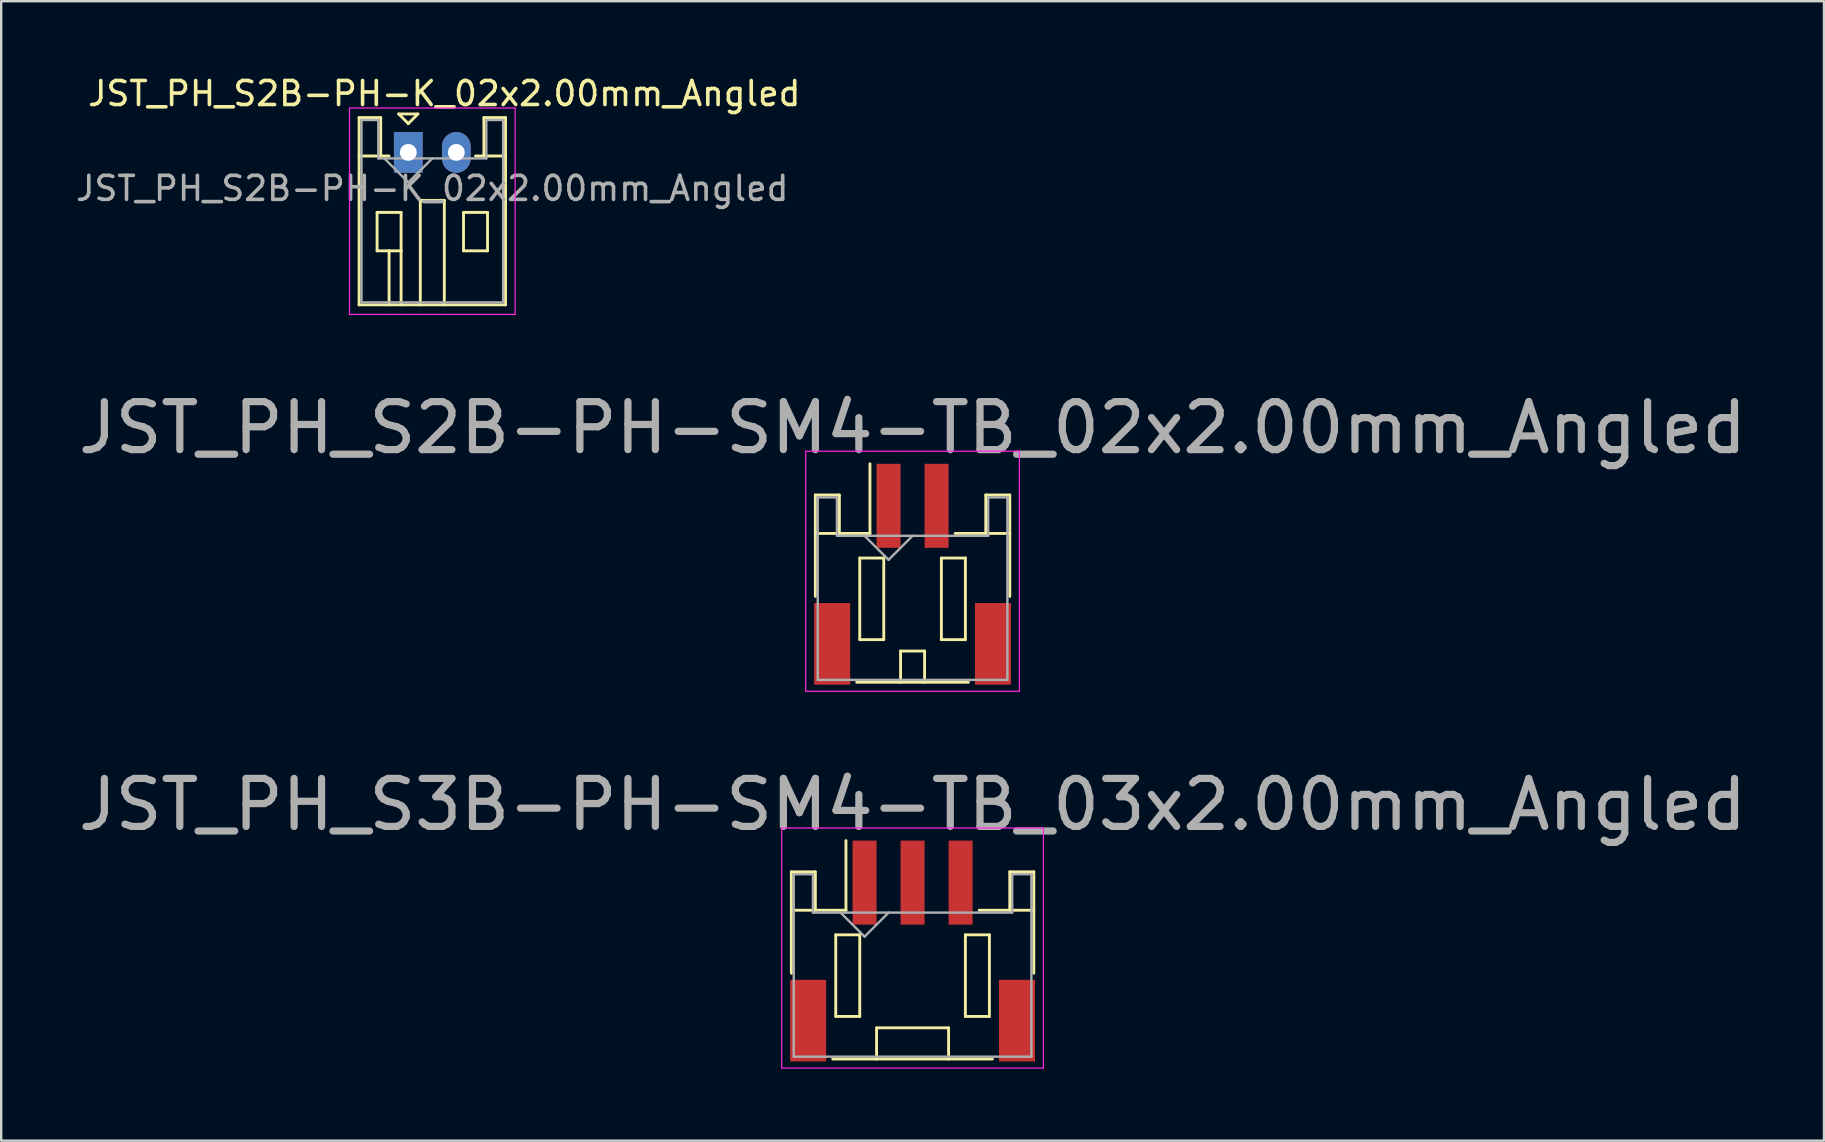
<source format=kicad_pcb>
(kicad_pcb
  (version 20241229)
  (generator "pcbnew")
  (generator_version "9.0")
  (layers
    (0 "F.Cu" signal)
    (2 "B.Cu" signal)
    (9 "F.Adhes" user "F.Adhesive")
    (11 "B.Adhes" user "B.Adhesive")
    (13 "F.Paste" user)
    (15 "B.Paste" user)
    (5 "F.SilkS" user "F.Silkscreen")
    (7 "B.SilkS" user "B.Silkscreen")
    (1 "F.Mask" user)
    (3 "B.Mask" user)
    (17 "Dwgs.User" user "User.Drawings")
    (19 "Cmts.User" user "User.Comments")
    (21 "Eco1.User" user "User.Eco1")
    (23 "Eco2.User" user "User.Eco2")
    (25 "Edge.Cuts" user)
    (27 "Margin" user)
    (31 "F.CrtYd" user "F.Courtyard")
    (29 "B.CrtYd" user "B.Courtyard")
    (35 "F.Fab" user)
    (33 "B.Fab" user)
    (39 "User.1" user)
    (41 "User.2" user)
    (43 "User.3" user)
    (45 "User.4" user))
  (footprint "JST_PH_S2B-PH-SM4-TB_02x2.00mm_Angled"
    (layer "F.Cu")
    (at 34.964 20.895)
    (property "Reference" "JST_PH_S2B-PH-SM4-TB_02x2.00mm_Angled" (at 0 -6.125 0) (layer "F.Fab") (effects (font (size 2 2) (thickness 0.3))))
    (attr smd)
    (fp_line (start -4.05 -3.325) (end -4.05 0.9) (stroke (width 0.12) (type solid)) (layer "F.SilkS"))
    (fp_line (start -4.05 -1.725) (end -3.05 -1.725) (stroke (width 0.12) (type solid)) (layer "F.SilkS"))
    (fp_line (start -3.05 -3.325) (end -4.05 -3.325) (stroke (width 0.12) (type solid)) (layer "F.SilkS"))
    (fp_line (start -3.05 -1.725) (end -3.05 -3.325) (stroke (width 0.12) (type solid)) (layer "F.SilkS"))
    (fp_line (start -2.325 4.475) (end 2.325 4.475) (stroke (width 0.12) (type solid)) (layer "F.SilkS"))
    (fp_line (start -2.2 -0.7) (end -2.2 2.7) (stroke (width 0.12) (type solid)) (layer "F.SilkS"))
    (fp_line (start -2.2 2.7) (end -1.2 2.7) (stroke (width 0.12) (type solid)) (layer "F.SilkS"))
    (fp_line (start -1.775 -1.725) (end -3.05 -1.725) (stroke (width 0.12) (type solid)) (layer "F.SilkS"))
    (fp_line (start -1.775 -1.725) (end -1.775 -4.625) (stroke (width 0.12) (type solid)) (layer "F.SilkS"))
    (fp_line (start -1.2 -0.7) (end -2.2 -0.7) (stroke (width 0.12) (type solid)) (layer "F.SilkS"))
    (fp_line (start -1.2 2.7) (end -1.2 -0.7) (stroke (width 0.12) (type solid)) (layer "F.SilkS"))
    (fp_line (start -0.5 3.175) (end 0.5 3.175) (stroke (width 0.12) (type solid)) (layer "F.SilkS"))
    (fp_line (start -0.5 4.475) (end -0.5 3.175) (stroke (width 0.12) (type solid)) (layer "F.SilkS"))
    (fp_line (start 0.5 3.175) (end 0.5 4.475) (stroke (width 0.12) (type solid)) (layer "F.SilkS"))
    (fp_line (start 1.2 -0.7) (end 2.2 -0.7) (stroke (width 0.12) (type solid)) (layer "F.SilkS"))
    (fp_line (start 1.2 2.7) (end 1.2 -0.7) (stroke (width 0.12) (type solid)) (layer "F.SilkS"))
    (fp_line (start 2.2 -0.7) (end 2.2 2.7) (stroke (width 0.12) (type solid)) (layer "F.SilkS"))
    (fp_line (start 2.2 2.7) (end 1.2 2.7) (stroke (width 0.12) (type solid)) (layer "F.SilkS"))
    (fp_line (start 3.05 -3.325) (end 3.05 -1.725) (stroke (width 0.12) (type solid)) (layer "F.SilkS"))
    (fp_line (start 3.05 -1.725) (end 1.775 -1.725) (stroke (width 0.12) (type solid)) (layer "F.SilkS"))
    (fp_line (start 4.05 -3.325) (end 3.05 -3.325) (stroke (width 0.12) (type solid)) (layer "F.SilkS"))
    (fp_line (start 4.05 -1.725) (end 3.05 -1.725) (stroke (width 0.12) (type solid)) (layer "F.SilkS"))
    (fp_line (start 4.05 0.9) (end 4.05 -3.325) (stroke (width 0.12) (type solid)) (layer "F.SilkS"))
    (fp_line (start -4.45 -5.15) (end -4.45 4.85) (stroke (width 0.05) (type solid)) (layer "F.CrtYd"))
    (fp_line (start -4.45 4.85) (end 4.45 4.85) (stroke (width 0.05) (type solid)) (layer "F.CrtYd"))
    (fp_line (start 4.45 -5.15) (end -4.45 -5.15) (stroke (width 0.05) (type solid)) (layer "F.CrtYd"))
    (fp_line (start 4.45 4.85) (end 4.45 -5.15) (stroke (width 0.05) (type solid)) (layer "F.CrtYd"))
    (fp_line (start -3.95 -3.225) (end -3.95 4.375) (stroke (width 0.1) (type solid)) (layer "F.Fab"))
    (fp_line (start -3.95 4.375) (end 3.95 4.375) (stroke (width 0.1) (type solid)) (layer "F.Fab"))
    (fp_line (start -3.15 -3.225) (end -3.95 -3.225) (stroke (width 0.1) (type solid)) (layer "F.Fab"))
    (fp_line (start -3.15 -1.625) (end -3.15 -3.225) (stroke (width 0.1) (type solid)) (layer "F.Fab"))
    (fp_line (start -2 -1.625) (end -1 -0.625) (stroke (width 0.1) (type solid)) (layer "F.Fab"))
    (fp_line (start -1 -0.625) (end 0 -1.625) (stroke (width 0.1) (type solid)) (layer "F.Fab"))
    (fp_line (start 3.15 -3.225) (end 3.15 -1.625) (stroke (width 0.1) (type solid)) (layer "F.Fab"))
    (fp_line (start 3.15 -1.625) (end -3.15 -1.625) (stroke (width 0.1) (type solid)) (layer "F.Fab"))
    (fp_line (start 3.95 -3.225) (end 3.15 -3.225) (stroke (width 0.1) (type solid)) (layer "F.Fab"))
    (fp_line (start 3.95 4.375) (end 3.95 -3.225) (stroke (width 0.1) (type solid)) (layer "F.Fab"))
    (pad "" smd rect (at -3.35 2.875) (size 1.5 3.4) (layers "F.Cu" "F.Mask" "F.Paste"))
    (pad "" smd rect (at 3.35 2.875) (size 1.5 3.4) (layers "F.Cu" "F.Mask" "F.Paste"))
    (pad "1" smd rect (at -1 -2.875) (size 1 3.5) (layers "F.Cu" "F.Mask" "F.Paste"))
    (pad "2" smd rect (at 1 -2.875) (size 1 3.5) (layers "F.Cu" "F.Mask" "F.Paste")))
  (footprint "JST_PH_S3B-PH-SM4-TB_03x2.00mm_Angled"
    (layer "F.Cu")
    (at 34.964 36.591)
    (property "Reference" "JST_PH_S3B-PH-SM4-TB_03x2.00mm_Angled" (at 0 -6.125 0) (layer "F.Fab") (effects (font (size 2 2) (thickness 0.3))))
    (attr smd)
    (fp_line (start -5.05 -3.325) (end -5.05 0.9) (stroke (width 0.12) (type solid)) (layer "F.SilkS"))
    (fp_line (start -5.05 -1.725) (end -4.05 -1.725) (stroke (width 0.12) (type solid)) (layer "F.SilkS"))
    (fp_line (start -4.05 -3.325) (end -5.05 -3.325) (stroke (width 0.12) (type solid)) (layer "F.SilkS"))
    (fp_line (start -4.05 -1.725) (end -4.05 -3.325) (stroke (width 0.12) (type solid)) (layer "F.SilkS"))
    (fp_line (start -3.325 4.475) (end 3.325 4.475) (stroke (width 0.12) (type solid)) (layer "F.SilkS"))
    (fp_line (start -3.2 -0.7) (end -3.2 2.7) (stroke (width 0.12) (type solid)) (layer "F.SilkS"))
    (fp_line (start -3.2 2.7) (end -2.2 2.7) (stroke (width 0.12) (type solid)) (layer "F.SilkS"))
    (fp_line (start -2.775 -1.725) (end -4.05 -1.725) (stroke (width 0.12) (type solid)) (layer "F.SilkS"))
    (fp_line (start -2.775 -1.725) (end -2.775 -4.625) (stroke (width 0.12) (type solid)) (layer "F.SilkS"))
    (fp_line (start -2.2 -0.7) (end -3.2 -0.7) (stroke (width 0.12) (type solid)) (layer "F.SilkS"))
    (fp_line (start -2.2 2.7) (end -2.2 -0.7) (stroke (width 0.12) (type solid)) (layer "F.SilkS"))
    (fp_line (start -1.5 3.175) (end 1.5 3.175) (stroke (width 0.12) (type solid)) (layer "F.SilkS"))
    (fp_line (start -1.5 4.475) (end -1.5 3.175) (stroke (width 0.12) (type solid)) (layer "F.SilkS"))
    (fp_line (start 1.5 3.175) (end 1.5 4.475) (stroke (width 0.12) (type solid)) (layer "F.SilkS"))
    (fp_line (start 2.2 -0.7) (end 3.2 -0.7) (stroke (width 0.12) (type solid)) (layer "F.SilkS"))
    (fp_line (start 2.2 2.7) (end 2.2 -0.7) (stroke (width 0.12) (type solid)) (layer "F.SilkS"))
    (fp_line (start 3.2 -0.7) (end 3.2 2.7) (stroke (width 0.12) (type solid)) (layer "F.SilkS"))
    (fp_line (start 3.2 2.7) (end 2.2 2.7) (stroke (width 0.12) (type solid)) (layer "F.SilkS"))
    (fp_line (start 4.05 -3.325) (end 4.05 -1.725) (stroke (width 0.12) (type solid)) (layer "F.SilkS"))
    (fp_line (start 4.05 -1.725) (end 2.775 -1.725) (stroke (width 0.12) (type solid)) (layer "F.SilkS"))
    (fp_line (start 5.05 -3.325) (end 4.05 -3.325) (stroke (width 0.12) (type solid)) (layer "F.SilkS"))
    (fp_line (start 5.05 -1.725) (end 4.05 -1.725) (stroke (width 0.12) (type solid)) (layer "F.SilkS"))
    (fp_line (start 5.05 0.9) (end 5.05 -3.325) (stroke (width 0.12) (type solid)) (layer "F.SilkS"))
    (fp_line (start -5.45 -5.15) (end -5.45 4.85) (stroke (width 0.05) (type solid)) (layer "F.CrtYd"))
    (fp_line (start -5.45 4.85) (end 5.45 4.85) (stroke (width 0.05) (type solid)) (layer "F.CrtYd"))
    (fp_line (start 5.45 -5.15) (end -5.45 -5.15) (stroke (width 0.05) (type solid)) (layer "F.CrtYd"))
    (fp_line (start 5.45 4.85) (end 5.45 -5.15) (stroke (width 0.05) (type solid)) (layer "F.CrtYd"))
    (fp_line (start -4.95 -3.225) (end -4.95 4.375) (stroke (width 0.1) (type solid)) (layer "F.Fab"))
    (fp_line (start -4.95 4.375) (end 4.95 4.375) (stroke (width 0.1) (type solid)) (layer "F.Fab"))
    (fp_line (start -4.15 -3.225) (end -4.95 -3.225) (stroke (width 0.1) (type solid)) (layer "F.Fab"))
    (fp_line (start -4.15 -1.625) (end -4.15 -3.225) (stroke (width 0.1) (type solid)) (layer "F.Fab"))
    (fp_line (start -3 -1.625) (end -2 -0.625) (stroke (width 0.1) (type solid)) (layer "F.Fab"))
    (fp_line (start -2 -0.625) (end -1 -1.625) (stroke (width 0.1) (type solid)) (layer "F.Fab"))
    (fp_line (start 4.15 -3.225) (end 4.15 -1.625) (stroke (width 0.1) (type solid)) (layer "F.Fab"))
    (fp_line (start 4.15 -1.625) (end -4.15 -1.625) (stroke (width 0.1) (type solid)) (layer "F.Fab"))
    (fp_line (start 4.95 -3.225) (end 4.15 -3.225) (stroke (width 0.1) (type solid)) (layer "F.Fab"))
    (fp_line (start 4.95 4.375) (end 4.95 -3.225) (stroke (width 0.1) (type solid)) (layer "F.Fab"))
    (pad "" smd rect (at -4.35 2.875) (size 1.5 3.4) (layers "F.Cu" "F.Mask" "F.Paste"))
    (pad "" smd rect (at 4.35 2.875) (size 1.5 3.4) (layers "F.Cu" "F.Mask" "F.Paste"))
    (pad "1" smd rect (at -2 -2.875) (size 1 3.5) (layers "F.Cu" "F.Mask" "F.Paste"))
    (pad "2" smd rect (at 0 -2.875) (size 1 3.5) (layers "F.Cu" "F.Mask" "F.Paste"))
    (pad "3" smd rect (at 2 -2.875) (size 1 3.5) (layers "F.Cu" "F.Mask" "F.Paste")))
  (footprint "JST_PH_S2B-PH-K_02x2.00mm_Angled"
    (layer "F.Cu")
    (at 13.958 3.298)
    (property "Reference" "JST_PH_S2B-PH-K_02x2.00mm_Angled" (at 1.5 -2.45 0) (layer "F.SilkS") (effects (font (size 1 1) (thickness 0.15))))
    (attr through_hole)
    (fp_line (start -2.05 -1.45) (end -2.05 6.35) (stroke (width 0.12) (type solid)) (layer "F.SilkS"))
    (fp_line (start -2.05 0.15) (end -1.15 0.15) (stroke (width 0.12) (type solid)) (layer "F.SilkS"))
    (fp_line (start -2.05 6.35) (end 4.05 6.35) (stroke (width 0.12) (type solid)) (layer "F.SilkS"))
    (fp_line (start -1.3 2.5) (end -1.3 4.1) (stroke (width 0.12) (type solid)) (layer "F.SilkS"))
    (fp_line (start -1.3 4.1) (end -0.3 4.1) (stroke (width 0.12) (type solid)) (layer "F.SilkS"))
    (fp_line (start -1.15 -1.45) (end -2.05 -1.45) (stroke (width 0.12) (type solid)) (layer "F.SilkS"))
    (fp_line (start -1.15 0.15) (end -1.15 -1.45) (stroke (width 0.12) (type solid)) (layer "F.SilkS"))
    (fp_line (start -0.8 0.15) (end -1.15 0.15) (stroke (width 0.12) (type solid)) (layer "F.SilkS"))
    (fp_line (start -0.8 4.1) (end -0.8 6.35) (stroke (width 0.12) (type solid)) (layer "F.SilkS"))
    (fp_line (start -0.4 -1.6) (end 0.4 -1.6) (stroke (width 0.12) (type solid)) (layer "F.SilkS"))
    (fp_line (start -0.3 2.5) (end -1.3 2.5) (stroke (width 0.12) (type solid)) (layer "F.SilkS"))
    (fp_line (start -0.3 4.1) (end -0.3 2.5) (stroke (width 0.12) (type solid)) (layer "F.SilkS"))
    (fp_line (start -0.3 4.1) (end -0.3 6.35) (stroke (width 0.12) (type solid)) (layer "F.SilkS"))
    (fp_line (start 0 -1.2) (end -0.4 -1.6) (stroke (width 0.12) (type solid)) (layer "F.SilkS"))
    (fp_line (start 0.4 -1.6) (end 0 -1.2) (stroke (width 0.12) (type solid)) (layer "F.SilkS"))
    (fp_line (start 0.5 2) (end 1.5 2) (stroke (width 0.12) (type solid)) (layer "F.SilkS"))
    (fp_line (start 0.5 6.35) (end 0.5 2) (stroke (width 0.12) (type solid)) (layer "F.SilkS"))
    (fp_line (start 1.5 2) (end 1.5 6.35) (stroke (width 0.12) (type solid)) (layer "F.SilkS"))
    (fp_line (start 2.3 2.5) (end 3.3 2.5) (stroke (width 0.12) (type solid)) (layer "F.SilkS"))
    (fp_line (start 2.3 4.1) (end 2.3 2.5) (stroke (width 0.12) (type solid)) (layer "F.SilkS"))
    (fp_line (start 3.15 -1.45) (end 3.15 0.15) (stroke (width 0.12) (type solid)) (layer "F.SilkS"))
    (fp_line (start 3.15 0.15) (end 2.8 0.15) (stroke (width 0.12) (type solid)) (layer "F.SilkS"))
    (fp_line (start 3.3 2.5) (end 3.3 4.1) (stroke (width 0.12) (type solid)) (layer "F.SilkS"))
    (fp_line (start 3.3 4.1) (end 2.3 4.1) (stroke (width 0.12) (type solid)) (layer "F.SilkS"))
    (fp_line (start 4.05 -1.45) (end 3.15 -1.45) (stroke (width 0.12) (type solid)) (layer "F.SilkS"))
    (fp_line (start 4.05 0.15) (end 3.15 0.15) (stroke (width 0.12) (type solid)) (layer "F.SilkS"))
    (fp_line (start 4.05 6.35) (end 4.05 -1.45) (stroke (width 0.12) (type solid)) (layer "F.SilkS"))
    (fp_line (start -2.45 -1.85) (end -2.45 6.75) (stroke (width 0.05) (type solid)) (layer "F.CrtYd"))
    (fp_line (start -2.45 6.75) (end 4.45 6.75) (stroke (width 0.05) (type solid)) (layer "F.CrtYd"))
    (fp_line (start 4.45 -1.85) (end -2.45 -1.85) (stroke (width 0.05) (type solid)) (layer "F.CrtYd"))
    (fp_line (start 4.45 6.75) (end 4.45 -1.85) (stroke (width 0.05) (type solid)) (layer "F.CrtYd"))
    (fp_line (start -1.95 -1.35) (end -1.95 6.25) (stroke (width 0.1) (type solid)) (layer "F.Fab"))
    (fp_line (start -1.95 6.25) (end 3.95 6.25) (stroke (width 0.1) (type solid)) (layer "F.Fab"))
    (fp_line (start -1.25 -1.35) (end -1.95 -1.35) (stroke (width 0.1) (type solid)) (layer "F.Fab"))
    (fp_line (start -1.25 0.25) (end -1.25 -1.35) (stroke (width 0.1) (type solid)) (layer "F.Fab"))
    (fp_line (start -1 0.25) (end 0 1.25) (stroke (width 0.1) (type solid)) (layer "F.Fab"))
    (fp_line (start 0 1.25) (end 1 0.25) (stroke (width 0.1) (type solid)) (layer "F.Fab"))
    (fp_line (start 3.25 -1.35) (end 3.25 0.25) (stroke (width 0.1) (type solid)) (layer "F.Fab"))
    (fp_line (start 3.25 0.25) (end -1.25 0.25) (stroke (width 0.1) (type solid)) (layer "F.Fab"))
    (fp_line (start 3.95 -1.35) (end 3.25 -1.35) (stroke (width 0.1) (type solid)) (layer "F.Fab"))
    (fp_line (start 3.95 6.25) (end 3.95 -1.35) (stroke (width 0.1) (type solid)) (layer "F.Fab"))
    (fp_text user "${REFERENCE}" (at 1 1.5 0) (layer "F.Fab") (effects (font (size 1 1) (thickness 0.15))))
    (pad "1" thru_hole rect (at 0 0) (size 1.2 1.7) (drill 0.7) (layers "*.Cu" "*.Mask"))
    (pad "2" thru_hole oval (at 2 0) (size 1.2 1.7) (drill 0.7) (layers "*.Cu" "*.Mask")))
  (gr_rect
    (start -3 -3)
    (end 72.929 44.466)
    (stroke (width 0.1) (type default))
    (fill no)
    (layer "Edge.Cuts")))
</source>
